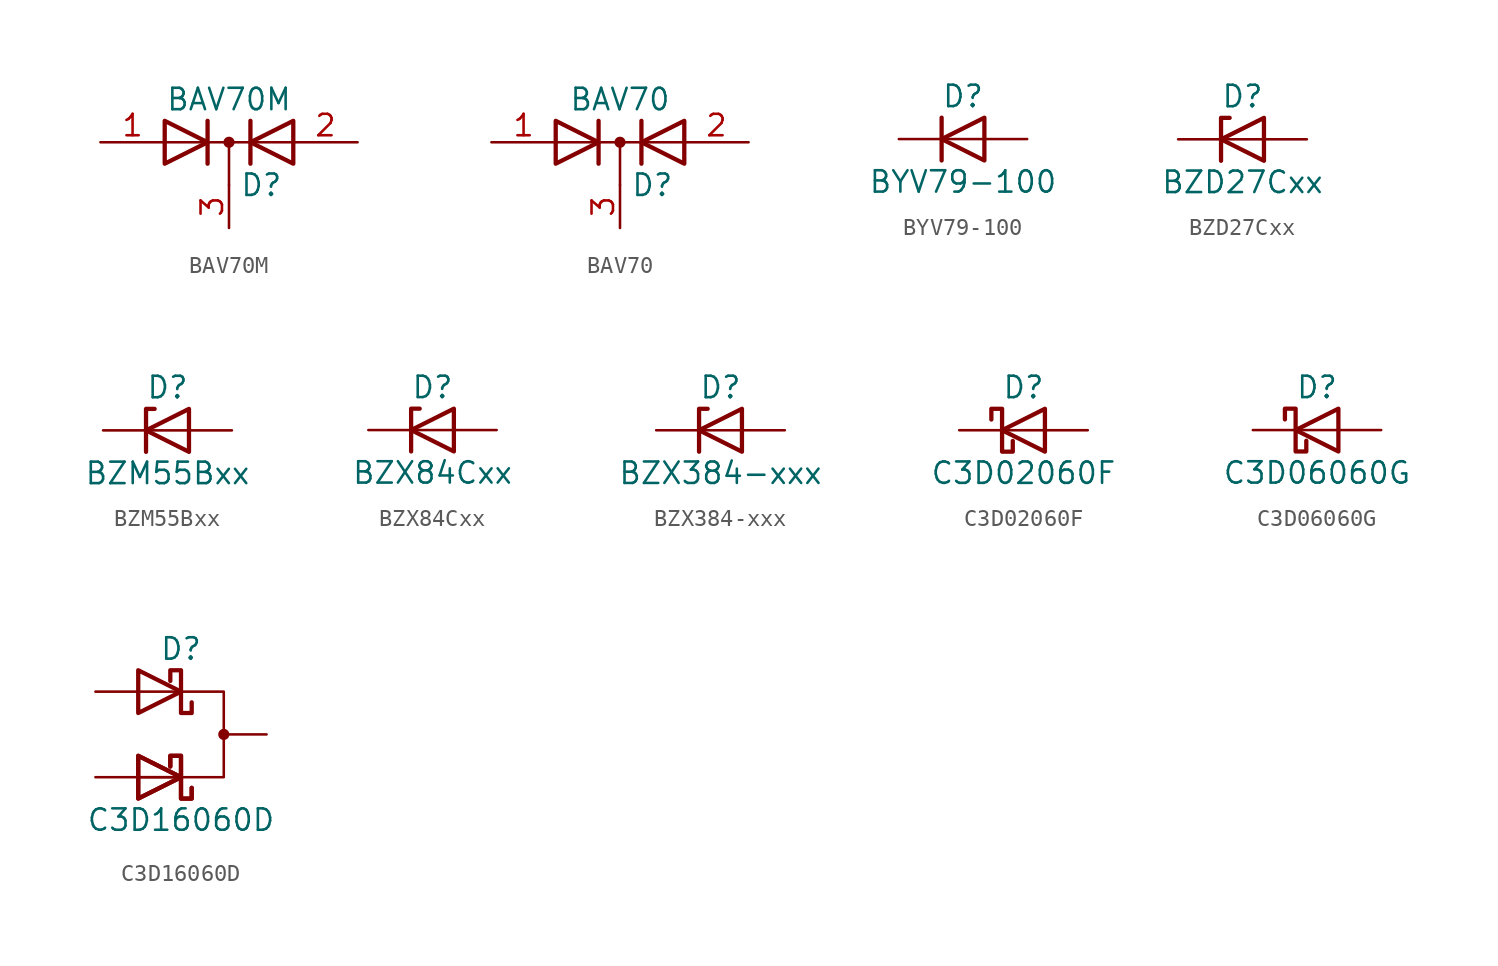
<source format=kicad_sym>
(kicad_symbol_lib
  (version 20201005)
  (generator kicad_symbol_editor)
  (symbol "Diode:BAV70M"
    (pin_names
      (offset 0.762) hide)
    (property "Reference" "D"
      (at 0.635 -2.54 0)
      (effects (font (size 1.27 1.27)) (justify left)))
    (property "Value" "BAV70M"
      (at 0 2.54 0)
      (effects (font (size 1.27 1.27))))
    (symbol "BAV70M_0_1"
      (circle (center 0 0) (radius 0.254) (stroke (width 0)) (fill (type outline)))
      (polyline (pts (xy -3.81 0) (xy 3.81 0)) (stroke (width 0)) (fill (type none)))
      (polyline (pts (xy 0 0) (xy 0 -2.54)) (stroke (width 0)) (fill (type none)))
      (polyline (pts (xy -1.27 -1.27) (xy -1.27 1.27) (xy -1.27 1.27)) (stroke (width 0.254)) (fill (type none)))
      (polyline (pts (xy 1.27 -1.27) (xy 1.27 1.27) (xy 1.27 1.27)) (stroke (width 0.254)) (fill (type none)))
      (polyline (pts (xy -3.81 1.27) (xy -1.27 0) (xy -3.81 -1.27) (xy -3.81 1.27) (xy -3.81 1.27) (xy -3.81 1.27)) (stroke (width 0.254)) (fill (type none)))
      (polyline (pts (xy 3.81 -1.27) (xy 1.27 0) (xy 3.81 1.27) (xy 3.81 -1.27) (xy 3.81 -1.27) (xy 3.81 -1.27)) (stroke (width 0.254)) (fill (type none)))
      (pin passive line (at -7.62 0 0) (length 3.81) (name "A" (effects (font (size 1.27 1.27)))) (number "1" (effects (font (size 1.27 1.27)))))
      (pin passive line (at 7.62 0 180) (length 3.81) (name "A" (effects (font (size 1.27 1.27)))) (number "2" (effects (font (size 1.27 1.27)))))
      (pin passive line (at 0 -5.08 90) (length 2.54) (name "K" (effects (font (size 1.27 1.27)))) (number "3" (effects (font (size 1.27 1.27)))))))
  (symbol "Diode:BAV70"
    (pin_names
      (offset 0.762) hide)
    (property "Reference" "D"
      (at 0.635 -2.54 0)
      (effects (font (size 1.27 1.27)) (justify left)))
    (property "Value" "BAV70"
      (at 0 2.54 0)
      (effects (font (size 1.27 1.27))))
    (symbol "BAV70_0_1"
      (circle (center 0 0) (radius 0.254) (stroke (width 0)) (fill (type outline)))
      (polyline (pts (xy -3.81 0) (xy 3.81 0)) (stroke (width 0)) (fill (type none)))
      (polyline (pts (xy 0 0) (xy 0 -2.54)) (stroke (width 0)) (fill (type none)))
      (polyline (pts (xy -1.27 -1.27) (xy -1.27 1.27) (xy -1.27 1.27)) (stroke (width 0.254)) (fill (type none)))
      (polyline (pts (xy 1.27 -1.27) (xy 1.27 1.27) (xy 1.27 1.27)) (stroke (width 0.254)) (fill (type none)))
      (polyline (pts (xy -3.81 1.27) (xy -1.27 0) (xy -3.81 -1.27) (xy -3.81 1.27) (xy -3.81 1.27) (xy -3.81 1.27)) (stroke (width 0.254)) (fill (type none)))
      (polyline (pts (xy 3.81 -1.27) (xy 1.27 0) (xy 3.81 1.27) (xy 3.81 -1.27) (xy 3.81 -1.27) (xy 3.81 -1.27)) (stroke (width 0.254)) (fill (type none)))
      (pin passive line (at -7.62 0 0) (length 3.81) (name "A" (effects (font (size 1.27 1.27)))) (number "1" (effects (font (size 1.27 1.27)))))
      (pin passive line (at 7.62 0 180) (length 3.81) (name "A" (effects (font (size 1.27 1.27)))) (number "2" (effects (font (size 1.27 1.27)))))
      (pin passive line (at 0 -5.08 90) (length 2.54) (name "K" (effects (font (size 1.27 1.27)))) (number "3" (effects (font (size 1.27 1.27)))))))
  (symbol "Diode:BYV79-100"
    (pin_numbers hide)
    (pin_names
      (offset 1.016) hide)
    (property "Reference" "D"
      (at 0 2.54 0)
      (effects (font (size 1.27 1.27))))
    (property "Value" "BYV79-100"
      (at 0 -2.54 0)
      (effects (font (size 1.27 1.27))))
    (symbol "BYV79-100_0_1"
      (polyline (pts (xy -1.27 1.27) (xy -1.27 -1.27)) (stroke (width 0.254)) (fill (type none)))
      (polyline (pts (xy 1.27 0) (xy -1.27 0)) (stroke (width 0)) (fill (type none)))
      (polyline (pts (xy 1.27 1.27) (xy 1.27 -1.27) (xy -1.27 0) (xy 1.27 1.27)) (stroke (width 0.254)) (fill (type none))))
    (symbol "BYV79-100_1_1"
      (pin passive line (at -3.81 0 0) (length 2.54) (name "K" (effects (font (size 1.27 1.27)))) (number "1" (effects (font (size 1.27 1.27)))))
      (pin passive line (at 3.81 0 180) (length 2.54) (name "A" (effects (font (size 1.27 1.27)))) (number "2" (effects (font (size 1.27 1.27)))))))
  (symbol "Diode:BZD27Cxx"
    (pin_numbers hide)
    (pin_names hide)
    (property "Reference" "D"
      (at 0 2.54 0)
      (effects (font (size 1.27 1.27))))
    (property "Value" "BZD27Cxx"
      (at 0 -2.54 0)
      (effects (font (size 1.27 1.27))))
    (symbol "BZD27Cxx_0_1"
      (polyline (pts (xy 1.27 0) (xy -1.27 0)) (stroke (width 0)) (fill (type none)))
      (polyline (pts (xy -1.27 -1.27) (xy -1.27 1.27) (xy -0.762 1.27)) (stroke (width 0.254)) (fill (type none)))
      (polyline (pts (xy 1.27 -1.27) (xy 1.27 1.27) (xy -1.27 0) (xy 1.27 -1.27)) (stroke (width 0.254)) (fill (type none))))
    (symbol "BZD27Cxx_1_1"
      (pin passive line (at -3.81 0 0) (length 2.54) (name "K" (effects (font (size 1.27 1.27)))) (number "1" (effects (font (size 1.27 1.27)))))
      (pin passive line (at 3.81 0 180) (length 2.54) (name "A" (effects (font (size 1.27 1.27)))) (number "2" (effects (font (size 1.27 1.27)))))))
  (symbol "Diode:BZM55Bxx"
    (pin_numbers hide)
    (pin_names hide)
    (property "Reference" "D"
      (at 0 2.54 0)
      (effects (font (size 1.27 1.27))))
    (property "Value" "BZM55Bxx"
      (at 0 -2.54 0)
      (effects (font (size 1.27 1.27))))
    (symbol "BZM55Bxx_0_1"
      (polyline (pts (xy 1.27 0) (xy -1.27 0)) (stroke (width 0)) (fill (type none)))
      (polyline (pts (xy -1.27 -1.27) (xy -1.27 1.27) (xy -0.762 1.27)) (stroke (width 0.254)) (fill (type none)))
      (polyline (pts (xy 1.27 -1.27) (xy 1.27 1.27) (xy -1.27 0) (xy 1.27 -1.27)) (stroke (width 0.254)) (fill (type none))))
    (symbol "BZM55Bxx_1_1"
      (pin passive line (at -3.81 0 0) (length 2.54) (name "K" (effects (font (size 1.27 1.27)))) (number "1" (effects (font (size 1.27 1.27)))))
      (pin passive line (at 3.81 0 180) (length 2.54) (name "A" (effects (font (size 1.27 1.27)))) (number "2" (effects (font (size 1.27 1.27)))))))
  (symbol "Diode:BZX84Cxx"
    (pin_numbers hide)
    (pin_names
      (offset 1.016) hide)
    (property "Reference" "D"
      (at 0 2.54 0)
      (effects (font (size 1.27 1.27))))
    (property "Value" "BZX84Cxx"
      (at 0 -2.54 0)
      (effects (font (size 1.27 1.27))))
    (symbol "BZX84Cxx_0_1"
      (polyline (pts (xy 1.27 0) (xy -1.27 0)) (stroke (width 0)) (fill (type none)))
      (polyline (pts (xy -1.27 -1.27) (xy -1.27 1.27) (xy -0.762 1.27)) (stroke (width 0.254)) (fill (type none)))
      (polyline (pts (xy 1.27 -1.27) (xy 1.27 1.27) (xy -1.27 0) (xy 1.27 -1.27)) (stroke (width 0.254)) (fill (type none))))
    (symbol "BZX84Cxx_1_1"
      (pin passive line (at -3.81 0 0) (length 2.54) (name "K" (effects (font (size 1.27 1.27)))) (number "1" (effects (font (size 1.27 1.27)))))
      (pin passive line (at 3.81 0 180) (length 2.54) (name "A" (effects (font (size 1.27 1.27)))) (number "2" (effects (font (size 1.27 1.27)))))))
  (symbol "Diode:BZX384-xxx"
    (pin_numbers hide)
    (pin_names hide)
    (property "Reference" "D"
      (at 0 2.54 0)
      (effects (font (size 1.27 1.27))))
    (property "Value" "BZX384-xxx"
      (at 0 -2.54 0)
      (effects (font (size 1.27 1.27))))
    (symbol "BZX384-xxx_0_1"
      (polyline (pts (xy 1.27 0) (xy -1.27 0)) (stroke (width 0)) (fill (type none)))
      (polyline (pts (xy -1.27 -1.27) (xy -1.27 1.27) (xy -0.762 1.27)) (stroke (width 0.254)) (fill (type none)))
      (polyline (pts (xy 1.27 -1.27) (xy 1.27 1.27) (xy -1.27 0) (xy 1.27 -1.27)) (stroke (width 0.254)) (fill (type none))))
    (symbol "BZX384-xxx_1_1"
      (pin passive line (at -3.81 0 0) (length 2.54) (name "K" (effects (font (size 1.27 1.27)))) (number "1" (effects (font (size 1.27 1.27)))))
      (pin passive line (at 3.81 0 180) (length 2.54) (name "A" (effects (font (size 1.27 1.27)))) (number "2" (effects (font (size 1.27 1.27)))))))
  (symbol "Diode:C3D02060F"
    (pin_numbers hide)
    (pin_names
      (offset 1.016) hide)
    (property "Reference" "D"
      (at 0 2.54 0)
      (effects (font (size 1.27 1.27))))
    (property "Value" "C3D02060F"
      (at 0 -2.54 0)
      (effects (font (size 1.27 1.27))))
    (symbol "C3D02060F_0_1"
      (polyline (pts (xy 1.27 0) (xy -1.27 0)) (stroke (width 0)) (fill (type none)))
      (polyline (pts (xy 1.27 1.27) (xy 1.27 -1.27) (xy -1.27 0) (xy 1.27 1.27)) (stroke (width 0.254)) (fill (type none)))
      (polyline (pts (xy -1.905 0.635) (xy -1.905 1.27) (xy -1.27 1.27) (xy -1.27 -1.27) (xy -0.635 -1.27) (xy -0.635 -0.635)) (stroke (width 0.254)) (fill (type none))))
    (symbol "C3D02060F_1_1"
      (pin passive line (at -3.81 0 0) (length 2.54) (name "K" (effects (font (size 1.27 1.27)))) (number "1" (effects (font (size 1.27 1.27)))))
      (pin passive line (at 3.81 0 180) (length 2.54) (name "A" (effects (font (size 1.27 1.27)))) (number "2" (effects (font (size 1.27 1.27)))))))
  (symbol "Diode:C3D06060G"
    (pin_numbers hide)
    (pin_names
      (offset 1.016) hide)
    (property "Reference" "D"
      (at 0 2.54 0)
      (effects (font (size 1.27 1.27))))
    (property "Value" "C3D06060G"
      (at 0 -2.54 0)
      (effects (font (size 1.27 1.27))))
    (symbol "C3D06060G_0_1"
      (polyline (pts (xy 1.27 0) (xy -1.27 0)) (stroke (width 0)) (fill (type none)))
      (polyline (pts (xy 1.27 1.27) (xy 1.27 -1.27) (xy -1.27 0) (xy 1.27 1.27)) (stroke (width 0.254)) (fill (type none)))
      (polyline (pts (xy -1.905 0.635) (xy -1.905 1.27) (xy -1.27 1.27) (xy -1.27 -1.27) (xy -0.635 -1.27) (xy -0.635 -0.635)) (stroke (width 0.254)) (fill (type none))))
    (symbol "C3D06060G_1_1"
      (pin passive line (at -3.81 0 0) (length 2.54) (name "K" (effects (font (size 1.27 1.27)))) (number "1" (effects (font (size 1.27 1.27)))))
      (pin passive line (at 3.81 0 180) (length 2.54) (name "A" (effects (font (size 1.27 1.27)))) (number "2" (effects (font (size 1.27 1.27)))))))
  (symbol "Diode:C3D16060D"
    (pin_numbers hide)
    (pin_names
      (offset 1.016) hide)
    (property "Reference" "D"
      (at 0 5.08 0)
      (effects (font (size 1.27 1.27))))
    (property "Value" "C3D16060D"
      (at 0 -5.08 0)
      (effects (font (size 1.27 1.27))))
    (symbol "C3D16060D_0_1"
      (circle (center 2.54 0) (radius 0.254) (stroke (width 0)) (fill (type outline)))
      (polyline (pts (xy -2.54 -2.54) (xy 0 -2.54)) (stroke (width 0)) (fill (type none)))
      (polyline (pts (xy -2.54 -2.54) (xy 0 -2.54)) (stroke (width 0)) (fill (type none)))
      (polyline (pts (xy -2.54 2.54) (xy 0 2.54)) (stroke (width 0)) (fill (type none)))
      (polyline (pts (xy -2.54 -3.81) (xy -2.54 -1.27) (xy 0 -2.54) (xy -2.54 -3.81)) (stroke (width 0.254)) (fill (type none)))
      (polyline (pts (xy -2.54 -3.81) (xy -2.54 -1.27) (xy 0 -2.54) (xy -2.54 -3.81)) (stroke (width 0.254)) (fill (type none)))
      (polyline (pts (xy -2.54 1.27) (xy -2.54 3.81) (xy 0 2.54) (xy -2.54 1.27)) (stroke (width 0.254)) (fill (type none)))
      (polyline (pts (xy 0 2.54) (xy 2.54 2.54) (xy 2.54 -2.54) (xy 0 -2.54)) (stroke (width 0)) (fill (type none)))
      (polyline (pts (xy 0.635 -3.175) (xy 0.635 -3.81) (xy 0 -3.81) (xy 0 -1.27) (xy -0.635 -1.27) (xy -0.635 -1.905)) (stroke (width 0.254)) (fill (type none)))
      (polyline (pts (xy 0.635 -3.175) (xy 0.635 -3.81) (xy 0 -3.81) (xy 0 -1.27) (xy -0.635 -1.27) (xy -0.635 -1.905)) (stroke (width 0.254)) (fill (type none)))
      (polyline (pts (xy 0.635 1.905) (xy 0.635 1.27) (xy 0 1.27) (xy 0 3.81) (xy -0.635 3.81) (xy -0.635 3.175)) (stroke (width 0.254)) (fill (type none))))
    (symbol "C3D16060D_1_1"
      (pin passive line (at -5.08 2.54 0) (length 2.54) (name "A1" (effects (font (size 1.27 1.27)))) (number "1" (effects (font (size 1.27 1.27)))))
      (pin passive line (at 5.08 0 180) (length 2.54) (name "K" (effects (font (size 1.27 1.27)))) (number "2" (effects (font (size 1.27 1.27)))))
      (pin passive line (at -5.08 -2.54 0) (length 2.54) (name "A2" (effects (font (size 1.27 1.27)))) (number "3" (effects (font (size 1.27 1.27))))))))
</source>
